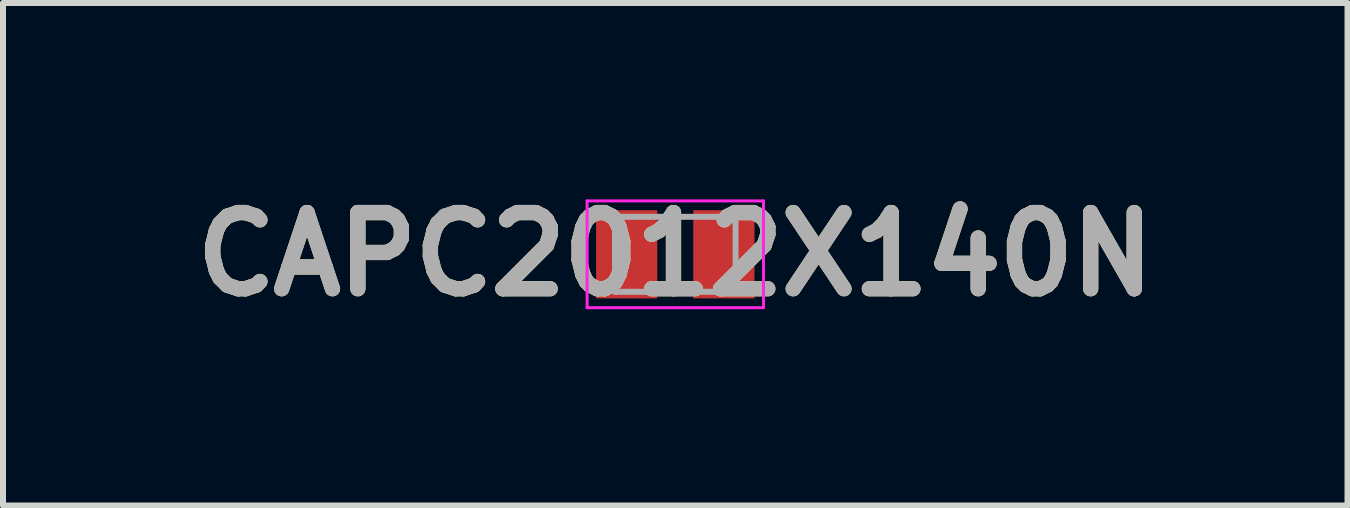
<source format=kicad_pcb>
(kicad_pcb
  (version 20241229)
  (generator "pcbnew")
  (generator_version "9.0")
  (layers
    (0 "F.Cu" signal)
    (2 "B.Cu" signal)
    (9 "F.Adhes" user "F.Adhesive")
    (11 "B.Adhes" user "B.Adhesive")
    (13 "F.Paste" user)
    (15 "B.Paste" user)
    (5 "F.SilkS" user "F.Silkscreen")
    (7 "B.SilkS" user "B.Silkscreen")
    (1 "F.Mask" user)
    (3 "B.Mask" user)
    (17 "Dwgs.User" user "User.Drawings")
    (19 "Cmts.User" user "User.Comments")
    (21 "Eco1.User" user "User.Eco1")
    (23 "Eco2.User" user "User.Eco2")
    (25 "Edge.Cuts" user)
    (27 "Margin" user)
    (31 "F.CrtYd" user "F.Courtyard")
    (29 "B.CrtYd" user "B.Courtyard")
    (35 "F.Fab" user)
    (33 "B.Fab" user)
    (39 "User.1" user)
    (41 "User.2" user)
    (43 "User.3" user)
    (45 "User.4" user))
  (footprint "CAPC2012X140N"
    (layer "F.Cu")
    (at 8.207 1.189)
    (property "Reference" "CAPC2012X140N" (at 0 0 0) (layer "F.SilkS") (effects (font (size 1.27 1.27) (thickness 0.254))))
    (attr smd)
    (fp_line (start -1.47 -0.89) (end 1.47 -0.89) (stroke (width 0.05) (type solid)) (layer "F.CrtYd"))
    (fp_line (start -1.47 0.89) (end -1.47 -0.89) (stroke (width 0.05) (type solid)) (layer "F.CrtYd"))
    (fp_line (start 1.47 -0.89) (end 1.47 0.89) (stroke (width 0.05) (type solid)) (layer "F.CrtYd"))
    (fp_line (start 1.47 0.89) (end -1.47 0.89) (stroke (width 0.05) (type solid)) (layer "F.CrtYd"))
    (fp_line (start -1.005 -0.625) (end 1.005 -0.625) (stroke (width 0.1) (type solid)) (layer "F.Fab"))
    (fp_line (start -1.005 0.625) (end -1.005 -0.625) (stroke (width 0.1) (type solid)) (layer "F.Fab"))
    (fp_line (start 1.005 -0.625) (end 1.005 0.625) (stroke (width 0.1) (type solid)) (layer "F.Fab"))
    (fp_line (start 1.005 0.625) (end -1.005 0.625) (stroke (width 0.1) (type solid)) (layer "F.Fab"))
    (fp_text user "${REFERENCE}" (at 0 0 0) (layer "F.Fab") (effects (font (size 1.27 1.27) (thickness 0.254))))
    (pad "1" smd rect (at -0.81 0) (size 1.02 1.47) (layers "F.Cu" "F.Mask" "F.Paste"))
    (pad "2" smd rect (at 0.81 0) (size 1.02 1.47) (layers "F.Cu" "F.Mask" "F.Paste")))
  (gr_rect
    (start -3 -3)
    (end 19.413 5.377)
    (stroke (width 0.1) (type default))
    (fill no)
    (layer "Edge.Cuts")))
</source>
